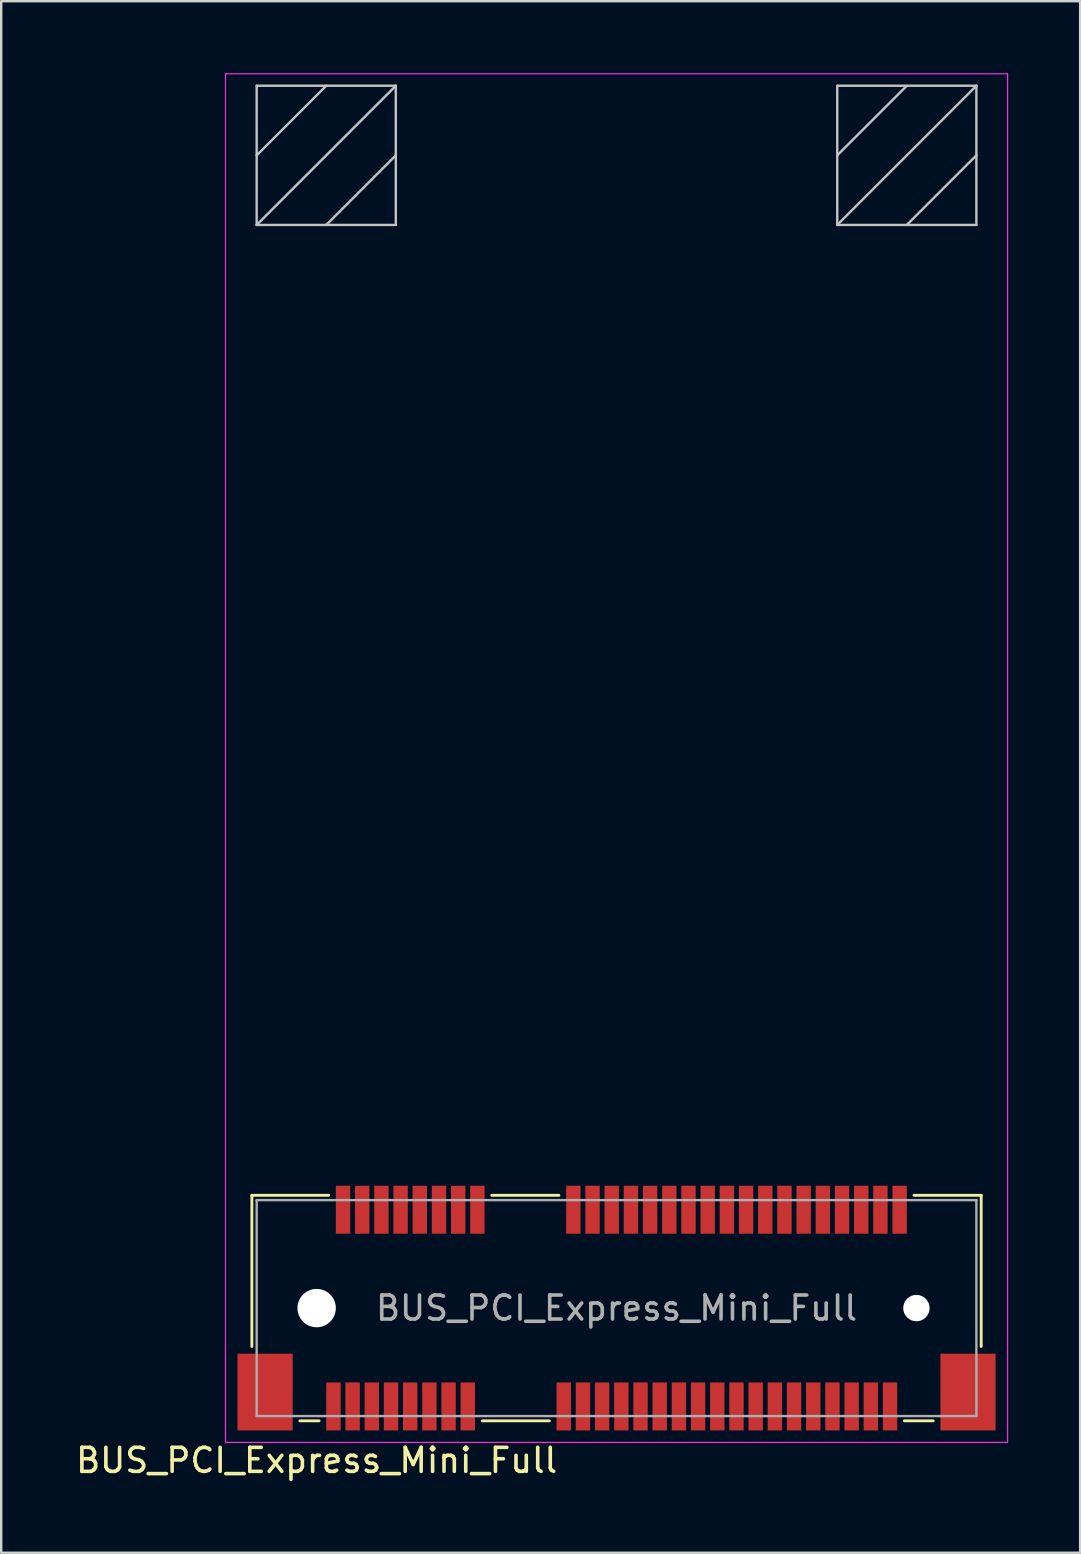
<source format=kicad_pcb>
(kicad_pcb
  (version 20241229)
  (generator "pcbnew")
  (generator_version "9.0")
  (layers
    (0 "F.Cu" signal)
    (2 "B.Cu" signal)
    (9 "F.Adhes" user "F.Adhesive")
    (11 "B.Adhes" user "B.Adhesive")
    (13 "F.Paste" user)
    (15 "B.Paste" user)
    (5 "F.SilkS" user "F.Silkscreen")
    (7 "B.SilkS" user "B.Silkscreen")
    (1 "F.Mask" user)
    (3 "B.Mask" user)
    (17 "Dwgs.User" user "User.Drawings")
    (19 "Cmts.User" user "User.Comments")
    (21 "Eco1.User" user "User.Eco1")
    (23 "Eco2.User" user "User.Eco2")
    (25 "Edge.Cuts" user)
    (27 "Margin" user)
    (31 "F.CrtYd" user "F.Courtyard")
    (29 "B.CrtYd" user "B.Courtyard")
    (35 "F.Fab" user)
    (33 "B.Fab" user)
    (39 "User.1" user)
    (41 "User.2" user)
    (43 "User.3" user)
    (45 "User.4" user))
  (footprint "BUS_PCI_Express_Mini_Full"
    (layer "F.Cu")
    (at 22.649 51.475)
    (property "Reference" "BUS_PCI_Express_Mini_Full" (at -12.5 6.35 180) (layer "F.SilkS") (effects (font (size 1 1) (thickness 0.15))))
    (attr smd)
    (fp_line (start -15.2 -4.7) (end -15.2 1.6) (stroke (width 0.12) (type solid)) (layer "F.SilkS"))
    (fp_line (start -13.2 4.7) (end -12.4 4.7) (stroke (width 0.12) (type solid)) (layer "F.SilkS"))
    (fp_line (start -12 -4.7) (end -15.2 -4.7) (stroke (width 0.12) (type solid)) (layer "F.SilkS"))
    (fp_line (start -5.6 4.7) (end -2.8 4.7) (stroke (width 0.12) (type solid)) (layer "F.SilkS"))
    (fp_line (start -2.4 -4.7) (end -5.2 -4.7) (stroke (width 0.12) (type solid)) (layer "F.SilkS"))
    (fp_line (start 12 4.7) (end 13.2 4.7) (stroke (width 0.12) (type solid)) (layer "F.SilkS"))
    (fp_line (start 15.2 -4.7) (end 12.4 -4.7) (stroke (width 0.12) (type solid)) (layer "F.SilkS"))
    (fp_line (start 15.2 1.6) (end 15.2 -4.7) (stroke (width 0.12) (type solid)) (layer "F.SilkS"))
    (fp_line (start -15 -50.95) (end -15 -45.15) (stroke (width 0.1) (type solid)) (layer "Dwgs.User"))
    (fp_line (start -15 -50.95) (end -9.2 -50.95) (stroke (width 0.1) (type solid)) (layer "Dwgs.User"))
    (fp_line (start -15 -45.15) (end -9.2 -45.15) (stroke (width 0.1) (type solid)) (layer "Dwgs.User"))
    (fp_line (start -12.1 -50.95) (end -15 -48.05) (stroke (width 0.1) (type solid)) (layer "Dwgs.User"))
    (fp_line (start -9.2 -50.95) (end -15 -45.15) (stroke (width 0.1) (type solid)) (layer "Dwgs.User"))
    (fp_line (start -9.2 -50.95) (end -9.2 -45.15) (stroke (width 0.1) (type solid)) (layer "Dwgs.User"))
    (fp_line (start -9.2 -48.05) (end -12.1 -45.15) (stroke (width 0.1) (type solid)) (layer "Dwgs.User"))
    (fp_line (start 9.2 -50.95) (end 9.2 -45.15) (stroke (width 0.1) (type solid)) (layer "Dwgs.User"))
    (fp_line (start 9.2 -50.95) (end 15 -50.95) (stroke (width 0.1) (type solid)) (layer "Dwgs.User"))
    (fp_line (start 9.2 -45.15) (end 15 -45.15) (stroke (width 0.1) (type solid)) (layer "Dwgs.User"))
    (fp_line (start 12.1 -50.95) (end 9.2 -48.05) (stroke (width 0.1) (type solid)) (layer "Dwgs.User"))
    (fp_line (start 15 -50.95) (end 9.2 -45.15) (stroke (width 0.1) (type solid)) (layer "Dwgs.User"))
    (fp_line (start 15 -50.95) (end 15 -45.15) (stroke (width 0.1) (type solid)) (layer "Dwgs.User"))
    (fp_line (start 15 -48.05) (end 12.1 -45.15) (stroke (width 0.1) (type solid)) (layer "Dwgs.User"))
    (fp_line (start -16.3 -51.45) (end 16.3 -51.45) (stroke (width 0.05) (type solid)) (layer "F.CrtYd"))
    (fp_line (start -16.3 5.6) (end -16.3 -51.45) (stroke (width 0.05) (type solid)) (layer "F.CrtYd"))
    (fp_line (start 16.3 -51.45) (end 16.3 5.6) (stroke (width 0.05) (type solid)) (layer "F.CrtYd"))
    (fp_line (start 16.3 5.6) (end -16.3 5.6) (stroke (width 0.05) (type solid)) (layer "F.CrtYd"))
    (fp_line (start -15 -4.5) (end -15 4.5) (stroke (width 0.1) (type solid)) (layer "F.Fab"))
    (fp_line (start -15 4.5) (end 15 4.5) (stroke (width 0.1) (type solid)) (layer "F.Fab"))
    (fp_line (start 15 -4.5) (end -15 -4.5) (stroke (width 0.1) (type solid)) (layer "F.Fab"))
    (fp_line (start 15 4.5) (end 15 -4.5) (stroke (width 0.1) (type solid)) (layer "F.Fab"))
    (fp_text user "${REFERENCE}" (at 0 0 0) (layer "F.Fab") (effects (font (size 1 1) (thickness 0.15))))
    (pad "" np_thru_hole circle (at -12.5 0) (size 1.6 1.6) (drill 1.6) (layers "*.Cu" "*.Mask"))
    (pad "" np_thru_hole circle (at 12.5 0) (size 1.1 1.1) (drill 1.1) (layers "*.Cu" "*.Mask"))
    (pad "1" smd rect (at -11.8 4.1) (size 0.6 2) (layers "F.Cu" "F.Mask" "F.Paste"))
    (pad "2" smd rect (at -11.4 -4.1) (size 0.6 2) (layers "F.Cu" "F.Mask" "F.Paste"))
    (pad "3" smd rect (at -11 4.1) (size 0.6 2) (layers "F.Cu" "F.Mask" "F.Paste"))
    (pad "4" smd rect (at -10.6 -4.1) (size 0.6 2) (layers "F.Cu" "F.Mask" "F.Paste"))
    (pad "5" smd rect (at -10.2 4.1) (size 0.6 2) (layers "F.Cu" "F.Mask" "F.Paste"))
    (pad "6" smd rect (at -9.8 -4.1) (size 0.6 2) (layers "F.Cu" "F.Mask" "F.Paste"))
    (pad "7" smd rect (at -9.4 4.1) (size 0.6 2) (layers "F.Cu" "F.Mask" "F.Paste"))
    (pad "8" smd rect (at -9 -4.1) (size 0.6 2) (layers "F.Cu" "F.Mask" "F.Paste"))
    (pad "9" smd rect (at -8.6 4.1) (size 0.6 2) (layers "F.Cu" "F.Mask" "F.Paste"))
    (pad "10" smd rect (at -8.2 -4.1) (size 0.6 2) (layers "F.Cu" "F.Mask" "F.Paste"))
    (pad "11" smd rect (at -7.8 4.1) (size 0.6 2) (layers "F.Cu" "F.Mask" "F.Paste"))
    (pad "12" smd rect (at -7.4 -4.1) (size 0.6 2) (layers "F.Cu" "F.Mask" "F.Paste"))
    (pad "13" smd rect (at -7 4.1) (size 0.6 2) (layers "F.Cu" "F.Mask" "F.Paste"))
    (pad "14" smd rect (at -6.6 -4.1) (size 0.6 2) (layers "F.Cu" "F.Mask" "F.Paste"))
    (pad "15" smd rect (at -6.2 4.1) (size 0.6 2) (layers "F.Cu" "F.Mask" "F.Paste"))
    (pad "16" smd rect (at -5.8 -4.1) (size 0.6 2) (layers "F.Cu" "F.Mask" "F.Paste"))
    (pad "17" smd rect (at -2.2 4.1) (size 0.6 2) (layers "F.Cu" "F.Mask" "F.Paste"))
    (pad "18" smd rect (at -1.8 -4.1) (size 0.6 2) (layers "F.Cu" "F.Mask" "F.Paste"))
    (pad "19" smd rect (at -1.4 4.1) (size 0.6 2) (layers "F.Cu" "F.Mask" "F.Paste"))
    (pad "20" smd rect (at -1 -4.1) (size 0.6 2) (layers "F.Cu" "F.Mask" "F.Paste"))
    (pad "21" smd rect (at -0.6 4.1) (size 0.6 2) (layers "F.Cu" "F.Mask" "F.Paste"))
    (pad "22" smd rect (at -0.2 -4.1) (size 0.6 2) (layers "F.Cu" "F.Mask" "F.Paste"))
    (pad "23" smd rect (at 0.2 4.1) (size 0.6 2) (layers "F.Cu" "F.Mask" "F.Paste"))
    (pad "24" smd rect (at 0.6 -4.1) (size 0.6 2) (layers "F.Cu" "F.Mask" "F.Paste"))
    (pad "25" smd rect (at 1 4.1) (size 0.6 2) (layers "F.Cu" "F.Mask" "F.Paste"))
    (pad "26" smd rect (at 1.4 -4.1) (size 0.6 2) (layers "F.Cu" "F.Mask" "F.Paste"))
    (pad "27" smd rect (at 1.8 4.1) (size 0.6 2) (layers "F.Cu" "F.Mask" "F.Paste"))
    (pad "28" smd rect (at 2.2 -4.1) (size 0.6 2) (layers "F.Cu" "F.Mask" "F.Paste"))
    (pad "29" smd rect (at 2.6 4.1) (size 0.6 2) (layers "F.Cu" "F.Mask" "F.Paste"))
    (pad "30" smd rect (at 3 -4.1) (size 0.6 2) (layers "F.Cu" "F.Mask" "F.Paste"))
    (pad "31" smd rect (at 3.4 4.1) (size 0.6 2) (layers "F.Cu" "F.Mask" "F.Paste"))
    (pad "32" smd rect (at 3.8 -4.1) (size 0.6 2) (layers "F.Cu" "F.Mask" "F.Paste"))
    (pad "33" smd rect (at 4.2 4.1) (size 0.6 2) (layers "F.Cu" "F.Mask" "F.Paste"))
    (pad "34" smd rect (at 4.6 -4.1) (size 0.6 2) (layers "F.Cu" "F.Mask" "F.Paste"))
    (pad "35" smd rect (at 5 4.1) (size 0.6 2) (layers "F.Cu" "F.Mask" "F.Paste"))
    (pad "36" smd rect (at 5.4 -4.1) (size 0.6 2) (layers "F.Cu" "F.Mask" "F.Paste"))
    (pad "37" smd rect (at 5.8 4.1) (size 0.6 2) (layers "F.Cu" "F.Mask" "F.Paste"))
    (pad "38" smd rect (at 6.2 -4.1) (size 0.6 2) (layers "F.Cu" "F.Mask" "F.Paste"))
    (pad "39" smd rect (at 6.6 4.1) (size 0.6 2) (layers "F.Cu" "F.Mask" "F.Paste"))
    (pad "40" smd rect (at 7 -4.1) (size 0.6 2) (layers "F.Cu" "F.Mask" "F.Paste"))
    (pad "41" smd rect (at 7.4 4.1) (size 0.6 2) (layers "F.Cu" "F.Mask" "F.Paste"))
    (pad "42" smd rect (at 7.8 -4.1) (size 0.6 2) (layers "F.Cu" "F.Mask" "F.Paste"))
    (pad "43" smd rect (at 8.2 4.1) (size 0.6 2) (layers "F.Cu" "F.Mask" "F.Paste"))
    (pad "44" smd rect (at 8.6 -4.1) (size 0.6 2) (layers "F.Cu" "F.Mask" "F.Paste"))
    (pad "45" smd rect (at 9 4.1) (size 0.6 2) (layers "F.Cu" "F.Mask" "F.Paste"))
    (pad "46" smd rect (at 9.4 -4.1) (size 0.6 2) (layers "F.Cu" "F.Mask" "F.Paste"))
    (pad "47" smd rect (at 9.8 4.1) (size 0.6 2) (layers "F.Cu" "F.Mask" "F.Paste"))
    (pad "48" smd rect (at 10.2 -4.1) (size 0.6 2) (layers "F.Cu" "F.Mask" "F.Paste"))
    (pad "49" smd rect (at 10.6 4.1) (size 0.6 2) (layers "F.Cu" "F.Mask" "F.Paste"))
    (pad "50" smd rect (at 11 -4.1) (size 0.6 2) (layers "F.Cu" "F.Mask" "F.Paste"))
    (pad "51" smd rect (at 11.4 4.1) (size 0.6 2) (layers "F.Cu" "F.Mask" "F.Paste"))
    (pad "52" smd rect (at 11.8 -4.1) (size 0.6 2) (layers "F.Cu" "F.Mask" "F.Paste"))
    (pad "MP" smd rect (at -14.65 3.5) (size 2.3 3.2) (layers "F.Cu" "F.Mask" "F.Paste"))
    (pad "MP" smd rect (at 14.65 3.5) (size 2.3 3.2) (layers "F.Cu" "F.Mask" "F.Paste")))
  (gr_rect
    (start -3 -3)
    (end 41.974 61.673)
    (stroke (width 0.1) (type default))
    (fill no)
    (layer "Edge.Cuts")))
</source>
